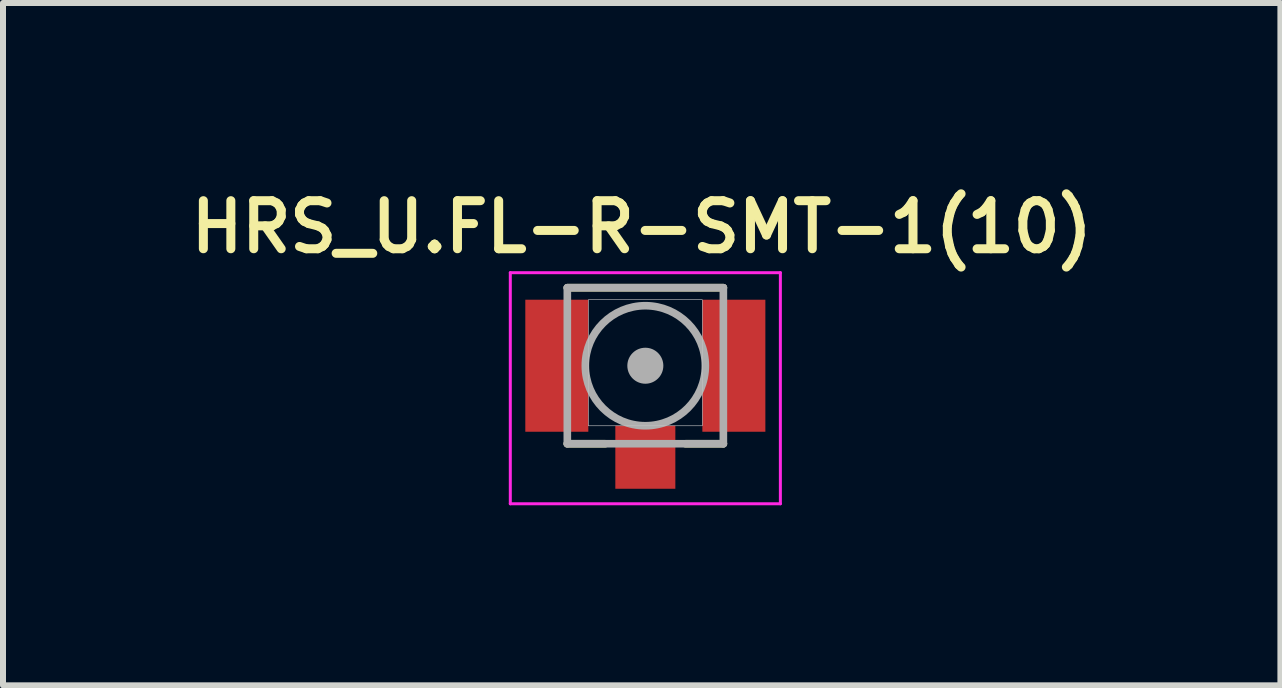
<source format=kicad_pcb>
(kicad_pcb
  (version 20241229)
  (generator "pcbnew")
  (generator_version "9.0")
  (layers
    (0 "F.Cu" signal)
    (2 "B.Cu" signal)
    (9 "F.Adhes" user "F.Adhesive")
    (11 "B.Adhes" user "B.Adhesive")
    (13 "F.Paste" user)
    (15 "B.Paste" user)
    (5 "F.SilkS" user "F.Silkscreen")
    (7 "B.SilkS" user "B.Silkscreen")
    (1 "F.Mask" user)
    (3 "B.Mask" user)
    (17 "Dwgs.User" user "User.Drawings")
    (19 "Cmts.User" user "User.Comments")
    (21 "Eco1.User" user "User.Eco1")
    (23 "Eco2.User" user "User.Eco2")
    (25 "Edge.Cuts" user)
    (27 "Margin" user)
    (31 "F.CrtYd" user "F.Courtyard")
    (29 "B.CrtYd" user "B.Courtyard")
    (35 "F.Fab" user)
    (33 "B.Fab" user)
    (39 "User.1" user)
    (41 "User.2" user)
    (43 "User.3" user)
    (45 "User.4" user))
  (footprint "HRS_U.FL-R-SMT-1(10)"
    (layer "F.Cu")
    (at 7.703 3.044)
    (property "Reference" "HRS_U.FL-R-SMT-1(10)" (at -0.06 -2.312 0) (layer "F.SilkS") (effects (font (size 0.801 0.801) (thickness 0.15))))
    (attr through_hole)
    (fp_line (start -1.3 -1.3) (end 1.3 -1.3) (stroke (width 0.127) (type solid)) (layer "F.SilkS"))
    (fp_line (start -1.3 1.3) (end -0.67 1.3) (stroke (width 0.127) (type solid)) (layer "F.SilkS"))
    (fp_line (start 1.3 1.3) (end 0.67 1.3) (stroke (width 0.127) (type solid)) (layer "F.SilkS"))
    (fp_poly (pts (xy -0.95 -1.1) (xy 0.95 -1.1) (xy 0.95 1) (xy -0.95 1)) (stroke (width 0.01) (type solid)) (fill no) (layer "Dwgs.User"))
    (fp_line (start -2.25 -1.55) (end 2.25 -1.55) (stroke (width 0.05) (type solid)) (layer "F.CrtYd"))
    (fp_line (start -2.25 2.3) (end -2.25 -1.55) (stroke (width 0.05) (type solid)) (layer "F.CrtYd"))
    (fp_line (start 2.25 -1.55) (end 2.25 2.3) (stroke (width 0.05) (type solid)) (layer "F.CrtYd"))
    (fp_line (start 2.25 2.3) (end -2.25 2.3) (stroke (width 0.05) (type solid)) (layer "F.CrtYd"))
    (fp_line (start -1.3 -1.3) (end 1.3 -1.3) (stroke (width 0.127) (type solid)) (layer "F.Fab"))
    (fp_line (start -1.3 1.3) (end -1.3 -1.3) (stroke (width 0.127) (type solid)) (layer "F.Fab"))
    (fp_line (start 1.3 -1.3) (end 1.3 1.3) (stroke (width 0.127) (type solid)) (layer "F.Fab"))
    (fp_line (start 1.3 1.3) (end -1.3 1.3) (stroke (width 0.127) (type solid)) (layer "F.Fab"))
    (fp_circle (center 0 0) (end 0.3 0) (stroke (width 0) (type solid)) (fill yes) (layer "F.Fab"))
    (fp_circle (center 0 0) (end 1 0) (stroke (width 0.127) (type solid)) (fill no) (layer "F.Fab"))
    (pad "1" smd rect (at -1.475 0) (size 1.05 2.2) (layers "F.Cu" "F.Mask" "F.Paste"))
    (pad "2" smd rect (at 0 1.525) (size 1 1.05) (layers "F.Cu" "F.Mask" "F.Paste"))
    (pad "3" smd rect (at 1.475 0) (size 1.05 2.2) (layers "F.Cu" "F.Mask" "F.Paste")))
  (gr_rect
    (start -3 -3)
    (end 18.285 8.369)
    (stroke (width 0.1) (type default))
    (fill no)
    (layer "Edge.Cuts")))
</source>
